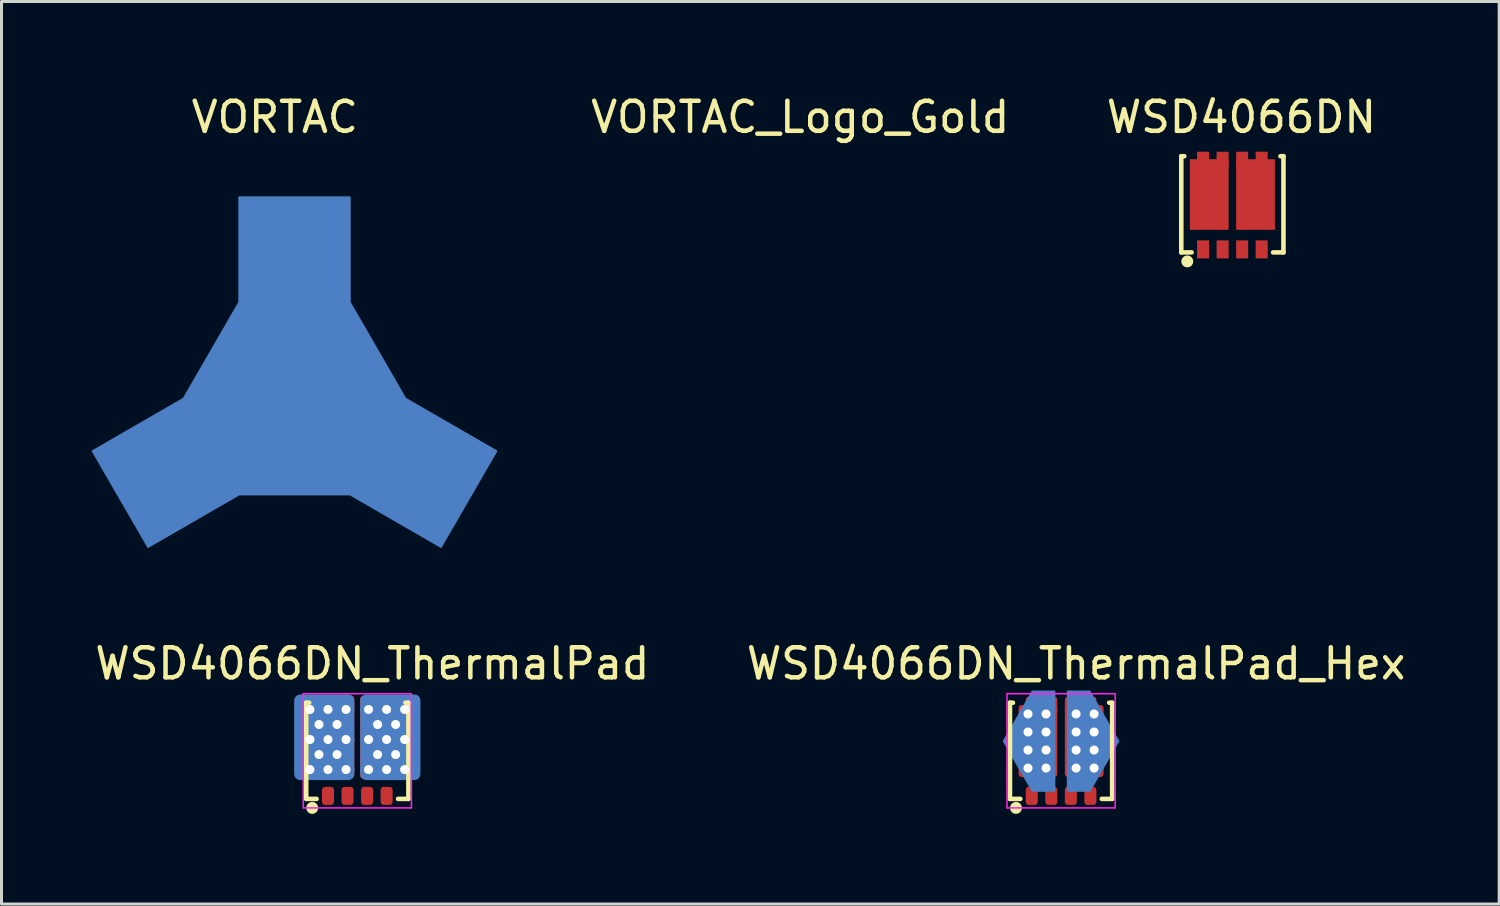
<source format=kicad_pcb>
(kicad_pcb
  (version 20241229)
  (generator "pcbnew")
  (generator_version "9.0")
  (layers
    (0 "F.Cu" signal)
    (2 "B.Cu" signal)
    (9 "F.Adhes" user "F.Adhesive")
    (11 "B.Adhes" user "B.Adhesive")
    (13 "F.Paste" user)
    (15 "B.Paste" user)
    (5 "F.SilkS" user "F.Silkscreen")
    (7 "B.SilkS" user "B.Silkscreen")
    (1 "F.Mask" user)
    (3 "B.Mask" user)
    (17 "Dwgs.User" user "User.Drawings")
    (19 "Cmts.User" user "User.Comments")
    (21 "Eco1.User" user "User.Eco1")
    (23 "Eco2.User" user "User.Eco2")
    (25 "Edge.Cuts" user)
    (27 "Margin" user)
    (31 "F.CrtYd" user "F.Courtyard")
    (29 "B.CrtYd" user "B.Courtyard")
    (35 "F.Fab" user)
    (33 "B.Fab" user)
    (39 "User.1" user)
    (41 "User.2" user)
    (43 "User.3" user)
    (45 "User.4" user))
  (footprint "WSD4066DN_ThermalPad_Hex"
    (layer "F.Cu")
    (at 32.256 22.032)
    (property "Reference" "WSD4066DN_ThermalPad_Hex" (at 0.5 -3 0) (layer "F.SilkS") (effects (font (size 1 1) (thickness 0.15))))
    (attr smd)
    (fp_line (start -1.7 -1.7) (end -1.7 1.5) (stroke (width 0.152) (type solid)) (layer "F.SilkS"))
    (fp_line (start -1.7 -1.7) (end -1.6 -1.7) (stroke (width 0.152) (type solid)) (layer "F.SilkS"))
    (fp_line (start -1.7 1.5) (end -1.355 1.5) (stroke (width 0.152) (type solid)) (layer "F.SilkS"))
    (fp_line (start 1.355 1.5) (end 1.7 1.5) (stroke (width 0.152) (type solid)) (layer "F.SilkS"))
    (fp_line (start 1.7 -1.7) (end 1.6 -1.7) (stroke (width 0.152) (type solid)) (layer "F.SilkS"))
    (fp_line (start 1.7 1.5) (end 1.7 -1.7) (stroke (width 0.152) (type solid)) (layer "F.SilkS"))
    (fp_circle (center -1.5 1.8) (end -1.4 1.8) (stroke (width 0.2) (type solid)) (fill no) (layer "F.SilkS"))
    (fp_line (start -1.8 -2) (end 1.8 -2) (stroke (width 0.05) (type solid)) (layer "F.CrtYd"))
    (fp_line (start -1.8 1.8) (end -1.8 -2) (stroke (width 0.05) (type solid)) (layer "F.CrtYd"))
    (fp_line (start 1.8 -2) (end 1.8 1.8) (stroke (width 0.05) (type solid)) (layer "F.CrtYd"))
    (fp_line (start 1.8 1.8) (end -1.8 1.8) (stroke (width 0.05) (type solid)) (layer "F.CrtYd"))
    (pad "1" smd roundrect (at -0.975 1.4) (size 0.4 0.6) (layers "F.Cu" "F.Mask" "F.Paste") (roundrect_rratio 0.25))
    (pad "2" smd roundrect (at -0.325 1.4) (size 0.4 0.6) (layers "F.Cu" "F.Mask" "F.Paste") (roundrect_rratio 0.25))
    (pad "3" smd roundrect (at 0.325 1.4) (size 0.4 0.6) (layers "F.Cu" "F.Mask" "F.Paste") (roundrect_rratio 0.25))
    (pad "4" smd roundrect (at 0.975 1.4) (size 0.4 0.6) (layers "F.Cu" "F.Mask" "F.Paste") (roundrect_rratio 0.25))
    (pad "5" thru_hole circle (at -1.1 -1.325) (size 0.55 0.55) (drill 0.3) (layers "*.Cu"))
    (pad "5" thru_hole circle (at -1.1 -0.725) (size 0.55 0.55) (drill 0.3) (layers "*.Cu"))
    (pad "5" thru_hole circle (at -1.1 -0.125) (size 0.55 0.55) (drill 0.3) (layers "*.Cu"))
    (pad "5" thru_hole circle (at -1.1 0.475) (size 0.55 0.55) (drill 0.3) (layers "*.Cu"))
    (pad "5" smd roundrect (at -0.975 -1.6) (size 0.4 0.6) (layers "F.Cu" "F.Mask" "F.Paste") (roundrect_rratio 0.25))
    (pad "5" smd custom (at -0.77 -0.425) (size 1 1) (layers "B.Cu") (options (anchor circle)) (primitives (gr_poly (pts (xy 0.555 1.665) (xy -0.185 1.665) (xy -1.145 0.005) (xy -0.185 -1.655) (xy 0.555 -1.655)) (width 0.05) (fill yes))))
    (pad "5" smd roundrect (at -0.77 -0.425) (size 1.29 2.4) (layers "F.Cu" "F.Mask" "F.Paste") (roundrect_rratio 0.08))
    (pad "5" thru_hole circle (at -0.5 -1.325) (size 0.55 0.55) (drill 0.3) (layers "*.Cu"))
    (pad "5" thru_hole circle (at -0.5 -0.725) (size 0.55 0.55) (drill 0.3) (layers "*.Cu"))
    (pad "5" thru_hole circle (at -0.5 -0.125) (size 0.55 0.55) (drill 0.3) (layers "*.Cu"))
    (pad "5" thru_hole circle (at -0.5 0.475) (size 0.55 0.55) (drill 0.3) (layers "*.Cu"))
    (pad "5" smd roundrect (at -0.325 -1.6) (size 0.4 0.6) (layers "F.Cu" "F.Mask" "F.Paste") (roundrect_rratio 0.25))
    (pad "6" smd roundrect (at 0.325 -1.6) (size 0.4 0.6) (layers "F.Cu" "F.Mask" "F.Paste") (roundrect_rratio 0.25))
    (pad "6" thru_hole circle (at 0.5 -1.325) (size 0.55 0.55) (drill 0.3) (layers "*.Cu"))
    (pad "6" thru_hole circle (at 0.5 -0.725) (size 0.55 0.55) (drill 0.3) (layers "*.Cu"))
    (pad "6" thru_hole circle (at 0.5 -0.125) (size 0.55 0.55) (drill 0.3) (layers "*.Cu"))
    (pad "6" thru_hole circle (at 0.5 0.475) (size 0.55 0.55) (drill 0.3) (layers "*.Cu"))
    (pad "6" smd custom (at 0.77 -0.425) (size 1 1) (layers "B.Cu") (options (anchor circle)) (primitives (gr_poly (pts (xy -0.555 -1.655) (xy 0.185 -1.655) (xy 1.145 0.005) (xy 0.185 1.665) (xy -0.555 1.665)) (width 0.05) (fill yes))))
    (pad "6" smd roundrect (at 0.77 -0.425) (size 1.29 2.4) (layers "F.Cu" "F.Mask" "F.Paste") (roundrect_rratio 0.08))
    (pad "6" smd roundrect (at 0.975 -1.6) (size 0.4 0.6) (layers "F.Cu" "F.Mask" "F.Paste") (roundrect_rratio 0.25))
    (pad "6" thru_hole circle (at 1.1 -1.325) (size 0.55 0.55) (drill 0.3) (layers "*.Cu"))
    (pad "6" thru_hole circle (at 1.1 -0.725) (size 0.55 0.55) (drill 0.3) (layers "*.Cu"))
    (pad "6" thru_hole circle (at 1.1 -0.125) (size 0.55 0.55) (drill 0.3) (layers "*.Cu"))
    (pad "6" thru_hole circle (at 1.1 0.475) (size 0.55 0.55) (drill 0.3) (layers "*.Cu")))
  (footprint "WSD4066DN_ThermalPad"
    (layer "F.Cu")
    (at 8.839 22.032)
    (property "Reference" "WSD4066DN_ThermalPad" (at 0.5 -3 0) (layer "F.SilkS") (effects (font (size 1 1) (thickness 0.15))))
    (attr smd)
    (fp_line (start -1.7 -1.7) (end -1.7 1.5) (stroke (width 0.152) (type solid)) (layer "F.SilkS"))
    (fp_line (start -1.7 -1.7) (end -1.6 -1.7) (stroke (width 0.152) (type solid)) (layer "F.SilkS"))
    (fp_line (start -1.7 1.5) (end -1.355 1.5) (stroke (width 0.152) (type solid)) (layer "F.SilkS"))
    (fp_line (start 1.355 1.5) (end 1.7 1.5) (stroke (width 0.152) (type solid)) (layer "F.SilkS"))
    (fp_line (start 1.7 -1.7) (end 1.6 -1.7) (stroke (width 0.152) (type solid)) (layer "F.SilkS"))
    (fp_line (start 1.7 1.5) (end 1.7 -1.7) (stroke (width 0.152) (type solid)) (layer "F.SilkS"))
    (fp_circle (center -1.5 1.8) (end -1.4 1.8) (stroke (width 0.2) (type solid)) (fill no) (layer "F.SilkS"))
    (fp_line (start -1.8 -2) (end 1.8 -2) (stroke (width 0.05) (type solid)) (layer "F.CrtYd"))
    (fp_line (start -1.8 1.8) (end -1.8 -2) (stroke (width 0.05) (type solid)) (layer "F.CrtYd"))
    (fp_line (start 1.8 -2) (end 1.8 1.8) (stroke (width 0.05) (type solid)) (layer "F.CrtYd"))
    (fp_line (start 1.8 1.8) (end -1.8 1.8) (stroke (width 0.05) (type solid)) (layer "F.CrtYd"))
    (pad "" smd roundrect (at -0.73 -1.025) (size 1.2 1) (layers "F.Paste") (roundrect_rratio 0.077))
    (pad "" smd roundrect (at -0.73 0.175) (size 1.2 1) (layers "F.Paste") (roundrect_rratio 0.077))
    (pad "" smd roundrect (at 0.73 -1.025) (size 1.2 1) (layers "F.Paste") (roundrect_rratio 0.077))
    (pad "" smd roundrect (at 0.73 0.175) (size 1.2 1) (layers "F.Paste") (roundrect_rratio 0.077))
    (pad "1" smd roundrect (at -0.975 1.4) (size 0.4 0.6) (layers "F.Cu" "F.Mask" "F.Paste") (roundrect_rratio 0.25))
    (pad "2" smd roundrect (at -0.325 1.4) (size 0.4 0.6) (layers "F.Cu" "F.Mask" "F.Paste") (roundrect_rratio 0.25))
    (pad "3" smd roundrect (at 0.325 1.4) (size 0.4 0.6) (layers "F.Cu" "F.Mask" "F.Paste") (roundrect_rratio 0.25))
    (pad "4" smd roundrect (at 0.975 1.4) (size 0.4 0.6) (layers "F.Cu" "F.Mask" "F.Paste") (roundrect_rratio 0.25))
    (pad "5" thru_hole circle (at -1.575 -1.475) (size 0.55 0.55) (drill 0.3) (layers "*.Cu"))
    (pad "5" thru_hole circle (at -1.575 -0.475) (size 0.55 0.55) (drill 0.3) (layers "*.Cu"))
    (pad "5" thru_hole circle (at -1.575 0.525) (size 0.55 0.55) (drill 0.3) (layers "*.Cu"))
    (pad "5" thru_hole circle (at -1.275 -0.975) (size 0.55 0.55) (drill 0.3) (layers "*.Cu"))
    (pad "5" thru_hole circle (at -1.275 0.025) (size 0.55 0.55) (drill 0.3) (layers "*.Cu"))
    (pad "5" smd roundrect (at -1.1 -0.55) (size 2 2.85) (layers "B.Cu") (roundrect_rratio 0.1))
    (pad "5" smd roundrect (at -0.975 -1.6) (size 0.4 0.6) (layers "F.Cu" "F.Mask" "F.Paste") (roundrect_rratio 0.25))
    (pad "5" thru_hole circle (at -0.975 -1.475) (size 0.55 0.55) (drill 0.3) (layers "*.Cu"))
    (pad "5" smd roundrect (at -0.975 -0.565) (size 1.75 2.75) (layers "F.Cu") (roundrect_rratio 0.057))
    (pad "5" thru_hole circle (at -0.975 -0.475) (size 0.55 0.55) (drill 0.3) (layers "*.Cu"))
    (pad "5" thru_hole circle (at -0.975 0.525) (size 0.55 0.55) (drill 0.3) (layers "*.Cu"))
    (pad "5" smd roundrect (at -0.78 -0.425) (size 1.3 2.4) (layers "F.Cu" "F.Mask") (roundrect_rratio 0.077))
    (pad "5" thru_hole circle (at -0.675 -0.975) (size 0.55 0.55) (drill 0.3) (layers "*.Cu"))
    (pad "5" thru_hole circle (at -0.675 0.025) (size 0.55 0.55) (drill 0.3) (layers "*.Cu"))
    (pad "5" thru_hole circle (at -0.375 -1.475) (size 0.55 0.55) (drill 0.3) (layers "*.Cu"))
    (pad "5" thru_hole circle (at -0.375 -0.475) (size 0.55 0.55) (drill 0.3) (layers "*.Cu"))
    (pad "5" thru_hole circle (at -0.375 0.525) (size 0.55 0.55) (drill 0.3) (layers "*.Cu"))
    (pad "5" smd roundrect (at -0.33 -1.6) (size 0.4 0.6) (layers "F.Cu" "F.Mask" "F.Paste") (roundrect_rratio 0.25))
    (pad "6" smd roundrect (at 0.33 -1.6) (size 0.4 0.6) (layers "F.Cu" "F.Mask" "F.Paste") (roundrect_rratio 0.25))
    (pad "6" thru_hole circle (at 0.375 -1.475) (size 0.55 0.55) (drill 0.3) (layers "*.Cu"))
    (pad "6" thru_hole circle (at 0.375 -0.475) (size 0.55 0.55) (drill 0.3) (layers "*.Cu"))
    (pad "6" thru_hole circle (at 0.375 0.525) (size 0.55 0.55) (drill 0.3) (layers "*.Cu"))
    (pad "6" thru_hole circle (at 0.675 -0.975) (size 0.55 0.55) (drill 0.3) (layers "*.Cu"))
    (pad "6" thru_hole circle (at 0.675 0.025) (size 0.55 0.55) (drill 0.3) (layers "*.Cu"))
    (pad "6" smd roundrect (at 0.78 -0.425) (size 1.3 2.4) (layers "F.Cu" "F.Mask") (roundrect_rratio 0.077))
    (pad "6" smd roundrect (at 0.965 -0.55) (size 1.75 2.75) (layers "F.Cu") (roundrect_rratio 0.057))
    (pad "6" smd roundrect (at 0.975 -1.6) (size 0.4 0.6) (layers "F.Cu" "F.Mask" "F.Paste") (roundrect_rratio 0.25))
    (pad "6" thru_hole circle (at 0.975 -1.475) (size 0.55 0.55) (drill 0.3) (layers "*.Cu"))
    (pad "6" thru_hole circle (at 0.975 -0.475) (size 0.55 0.55) (drill 0.3) (layers "*.Cu"))
    (pad "6" thru_hole circle (at 0.975 0.525) (size 0.55 0.55) (drill 0.3) (layers "*.Cu"))
    (pad "6" smd roundrect (at 1.1 -0.55) (size 2 2.85) (layers "B.Cu") (roundrect_rratio 0.1))
    (pad "6" thru_hole circle (at 1.275 -0.975) (size 0.55 0.55) (drill 0.3) (layers "*.Cu"))
    (pad "6" thru_hole circle (at 1.275 0.025) (size 0.55 0.55) (drill 0.3) (layers "*.Cu"))
    (pad "6" thru_hole circle (at 1.575 -1.475) (size 0.55 0.55) (drill 0.3) (layers "*.Cu"))
    (pad "6" thru_hole circle (at 1.575 -0.475) (size 0.55 0.55) (drill 0.3) (layers "*.Cu"))
    (pad "6" thru_hole circle (at 1.575 0.525) (size 0.55 0.55) (drill 0.3) (layers "*.Cu")))
  (footprint "VORTAC"
    (layer "F.Cu")
    (at 6.795 10.148)
    (property "Reference" "VORTAC" (at -0.7 -9.3 0) (layer "F.SilkS") (effects (font (size 1 1) (thickness 0.15))))
    (attr smd)
    (fp_poly (pts (xy 3.65 0.6) (xy 2.15 3.1) (xy -2.35 3.1) (xy -3.85 0.6) (xy -1.85 -2.9) (xy 1.65 -2.9)) (stroke (width 0.1) (type solid)) (fill yes) (layer "B.Cu"))
    (pad "29" smd custom (at -0.06 -3.52) (size 2 2) (layers "B.Cu" "B.Mask") (options (anchor circle)) (primitives (gr_poly (pts (xy 2.83 3.61) (xy 1.32 3.61) (xy 2.06 6.11) (xy -2.04 6.11) (xy -2.06 6.78) (xy 1.86 6.78) (xy 4.89 8.53) (xy 6.74 5.33) (xy 3.29 3.34)) (width 0.05) (fill yes)) (gr_poly (pts (xy -1.83 0.38) (xy -3.68 3.58) (xy -6.71 5.33) (xy -4.86 8.53) (xy -0.96 6.28) (xy -2.54 3.55) (xy -1.46 3.55) (xy 0.15 6.33) (xy 1.07 6.33) (xy -1.98 1.05) (xy -0.91 1.05) (xy 2.13 6.32) (xy 1.99 4.47) (xy 0.02 1.05) (xy 1.09 1.05) (xy 2.64 3.74) (xy 3.8 3.74) (xy 1.86 0.38) (xy 1.86 -3.12) (xy -1.83 -3.12)) (width 0.05) (fill yes)))))
  (footprint "VORTAC_Logo_Gold"
    (layer "F.Cu")
    (at 24.277 10.148)
    (property "Reference" "VORTAC_Logo_Gold" (at -0.7 -9.3 0) (layer "F.SilkS") (effects (font (size 1 1) (thickness 0.15))))
    (attr smd)
    (fp_line (start -4.36 1.46) (end -1.957 0.073) (stroke (width 0.048) (type default)) (layer "F.Mask"))
    (fp_line (start -3.566 3.08) (end -4.406 1.625) (stroke (width 0.048) (type default)) (layer "F.Mask"))
    (fp_line (start -3.566 3.08) (end -3.566 3.08) (stroke (width 0.048) (type default)) (layer "F.Mask"))
    (fp_line (start -1.207 0.073) (end -0.531 -1.097) (stroke (width 0.048) (type default)) (layer "F.Mask"))
    (fp_line (start -0.997 -4.367) (end -0.997 -1.59) (stroke (width 0.048) (type default)) (layer "F.Mask"))
    (fp_line (start -0.997 -1.59) (end -1.957 0.073) (stroke (width 0.048) (type default)) (layer "F.Mask"))
    (fp_line (start -0.997 1.735) (end -3.402 3.124) (stroke (width 0.048) (type default)) (layer "F.Mask"))
    (fp_line (start -0.997 1.735) (end 0.923 1.735) (stroke (width 0.048) (type default)) (layer "F.Mask"))
    (fp_line (start -0.946 1.243) (end -0.478 1.243) (stroke (width 0.048) (type default)) (layer "F.Mask"))
    (fp_line (start -0.739 0.073) (end -1.207 0.073) (stroke (width 0.048) (type default)) (layer "F.Mask"))
    (fp_line (start -0.531 -1.097) (end -0.063 -1.097) (stroke (width 0.048) (type default)) (layer "F.Mask"))
    (fp_line (start -0.478 1.243) (end 0.873 -1.097) (stroke (width 0.048) (type default)) (layer "F.Mask"))
    (fp_line (start -0.063 -1.097) (end -0.739 0.073) (stroke (width 0.048) (type default)) (layer "F.Mask"))
    (fp_line (start -0.063 -1.097) (end -0.078 -1.097) (stroke (width 0.048) (type default)) (layer "F.Mask"))
    (fp_line (start -0.01 1.243) (end 0.665 0.073) (stroke (width 0.048) (type default)) (layer "F.Mask"))
    (fp_line (start 0.405 -1.097) (end -0.946 1.243) (stroke (width 0.048) (type default)) (layer "F.Mask"))
    (fp_line (start 0.458 1.243) (end -0.01 1.243) (stroke (width 0.048) (type default)) (layer "F.Mask"))
    (fp_line (start 0.665 0.073) (end 1.133 0.073) (stroke (width 0.048) (type default)) (layer "F.Mask"))
    (fp_line (start 0.803 -4.487) (end -0.881 -4.487) (stroke (width 0.048) (type default)) (layer "F.Mask"))
    (fp_line (start 0.873 -1.097) (end 0.405 -1.097) (stroke (width 0.048) (type default)) (layer "F.Mask"))
    (fp_line (start 0.923 -1.59) (end 0.923 -4.371) (stroke (width 0.048) (type default)) (layer "F.Mask"))
    (fp_line (start 1.133 0.073) (end 0.458 1.243) (stroke (width 0.048) (type default)) (layer "F.Mask"))
    (fp_line (start 1.883 0.073) (end 0.923 -1.59) (stroke (width 0.048) (type default)) (layer "F.Mask"))
    (fp_line (start 1.883 0.073) (end 4.288 1.461) (stroke (width 0.048) (type default)) (layer "F.Mask"))
    (fp_line (start 3.328 3.124) (end 0.923 1.735) (stroke (width 0.048) (type default)) (layer "F.Mask"))
    (fp_line (start 4.33 1.628) (end 3.492 3.08) (stroke (width 0.048) (type default)) (layer "F.Mask"))
    (fp_arc (start -4.40595 1.625008) (mid -4.417924 1.533994) (end -4.36 1.46) (stroke (width 0.048) (type default)) (layer "F.Mask"))
    (fp_arc (start -3.401948 3.123894) (mid -3.493037 3.135897) (end -3.56593 3.079955) (stroke (width 0.048) (type default)) (layer "F.Mask"))
    (fp_arc (start -0.996837 -4.367367) (mid -0.961688 -4.452308) (end -0.88078 -4.487467) (stroke (width 0.048) (type default)) (layer "F.Mask"))
    (fp_arc (start 0.80303 -4.487467) (mid 0.887994 -4.452308) (end 0.923163 -4.371378) (stroke (width 0.048) (type default)) (layer "F.Mask"))
    (fp_arc (start 3.492226 3.080017) (mid 3.419378 3.135914) (end 3.328316 3.123917) (stroke (width 0.048) (type default)) (layer "F.Mask"))
    (fp_arc (start 4.288278 1.461127) (mid 4.344208 1.534009) (end 4.330424 1.628215) (stroke (width 0.048) (type default)) (layer "F.Mask"))
    (fp_circle (center -0.037 0.073) (end -0.036 0.073) (stroke (width 0.000012) (type default)) (fill yes) (layer "F.Mask"))
    (fp_circle (center -0.037 0.073) (end -0.036 0.073) (stroke (width 0.000012) (type default)) (fill yes) (layer "F.Mask"))
    (fp_circle (center -0.037 0.073) (end -0.036 0.073) (stroke (width 0.000012) (type default)) (fill yes) (layer "F.Mask"))
    (fp_poly (pts (xy -0.271 0.073) (xy -0.946 1.243) (xy -0.478 1.243) (xy 0.197 0.073) (xy 0.665 0.073) (xy -0.01 1.243) (xy 0.458 1.243) (xy 1.133 0.073) (xy 0.665 0.073) (xy 0.197 0.073) (xy 0.873 -1.097) (xy 0.405 -1.097) (xy -0.271 0.073) (xy -0.739 0.073) (xy -0.063 -1.097) (xy -0.531 -1.097) (xy -1.207 0.073) (xy -1.957 0.073) (xy -1 -1.59) (xy -1 -4.37) (xy -0.98 -4.43) (xy -0.93 -4.48) (xy -0.88 -4.49) (xy 0.82 -4.49) (xy 0.88 -4.46) (xy 0.92 -4.43) (xy 0.92 -4.36) (xy 0.93 -1.59) (xy 1.89 0.08) (xy 4.31 1.47) (xy 4.34 1.52) (xy 4.35 1.58) (xy 4.33 1.64) (xy 3.49 3.09) (xy 3.45 3.13) (xy 3.39 3.14) (xy 3.34 3.13) (xy 0.93 1.73) (xy -0.99 1.73) (xy -3.42 3.13) (xy -3.46 3.14) (xy -3.51 3.13) (xy -3.55 3.1) (xy -4.42 1.6) (xy -4.42 1.55) (xy -4.4 1.49) (xy -4.37 1.47) (xy -1.95 0.06)) (stroke (width 0.01) (type solid)) (fill yes) (layer "F.Mask")))
  (footprint "WSD4066DN"
    (layer "F.Cu")
    (at 37.756 3.848)
    (property "Reference" "WSD4066DN" (at 0.5 -3 0) (layer "F.SilkS") (effects (font (size 1 1) (thickness 0.15))))
    (attr smd)
    (fp_line (start -1.5 -1.7) (end -1.5 1.5) (stroke (width 0.152) (type solid)) (layer "F.SilkS"))
    (fp_line (start -1.5 -1.7) (end -1.4 -1.7) (stroke (width 0.152) (type solid)) (layer "F.SilkS"))
    (fp_line (start -1.5 1.5) (end -1.155 1.5) (stroke (width 0.152) (type solid)) (layer "F.SilkS"))
    (fp_line (start 1.555 1.5) (end 1.9 1.5) (stroke (width 0.152) (type solid)) (layer "F.SilkS"))
    (fp_line (start 1.9 -1.7) (end 1.8 -1.7) (stroke (width 0.152) (type solid)) (layer "F.SilkS"))
    (fp_line (start 1.9 1.5) (end 1.9 -1.7) (stroke (width 0.152) (type solid)) (layer "F.SilkS"))
    (fp_circle (center -1.3 1.8) (end -1.2 1.8) (stroke (width 0.2) (type solid)) (fill no) (layer "F.SilkS"))
    (pad "1" smd rect (at -0.775 1.4) (size 0.4 0.6) (layers "F.Cu" "F.Mask" "F.Paste"))
    (pad "2" smd rect (at -0.125 1.4) (size 0.4 0.6) (layers "F.Cu" "F.Mask" "F.Paste"))
    (pad "3" smd rect (at 0.525 1.4) (size 0.4 0.6) (layers "F.Cu" "F.Mask" "F.Paste"))
    (pad "4" smd rect (at 1.175 1.4) (size 0.4 0.6) (layers "F.Cu" "F.Mask" "F.Paste"))
    (pad "5" smd rect (at -0.775 -1.6) (size 0.4 0.5) (layers "F.Cu" "F.Mask" "F.Paste"))
    (pad "5" smd rect (at -0.57 -0.425) (size 1.29 2.35) (layers "F.Cu" "F.Mask" "F.Paste"))
    (pad "5" smd rect (at -0.125 -1.6) (size 0.4 0.5) (layers "F.Cu" "F.Mask" "F.Paste"))
    (pad "6" smd rect (at 0.525 -1.6) (size 0.4 0.5) (layers "F.Cu" "F.Mask" "F.Paste"))
    (pad "6" smd rect (at 0.97 -0.425) (size 1.29 2.35) (layers "F.Cu" "F.Mask" "F.Paste"))
    (pad "6" smd rect (at 1.175 -1.6) (size 0.4 0.5) (layers "F.Cu" "F.Mask" "F.Paste")))
  (gr_rect
    (start -3 -3)
    (end 46.833 27.032)
    (stroke (width 0.1) (type default))
    (fill no)
    (layer "Edge.Cuts")))
</source>
